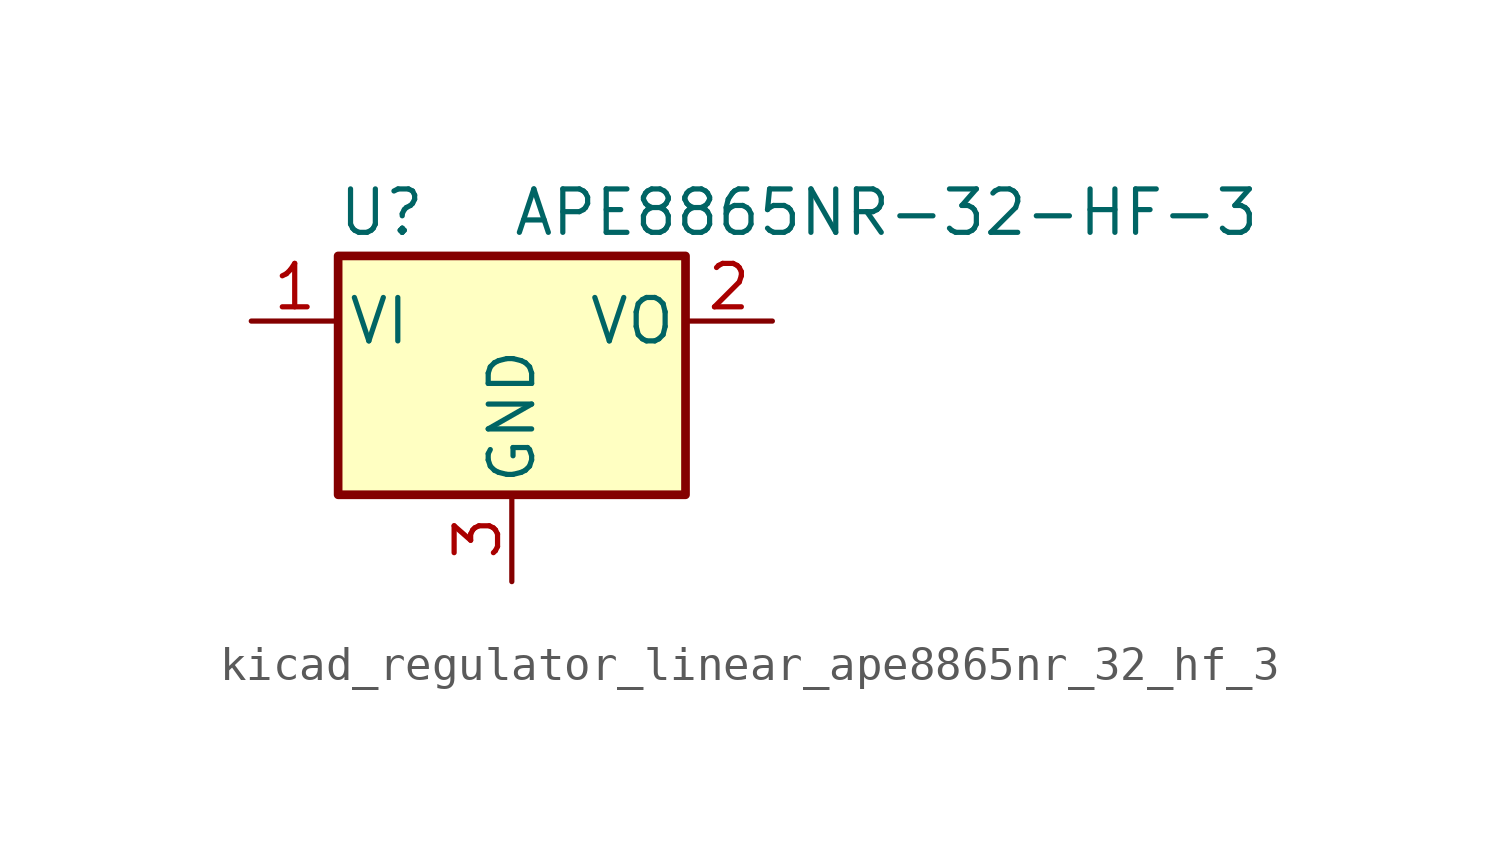
<source format=kicad_sym>
(kicad_symbol_lib
  (version 20220914)
  (generator kicad_symbol_editor)
  (symbol "kicad_regulator_linear_ape8865nr_32_hf_3"
    (pin_names
      (offset 0.254))
    (property "Reference" "U"
      (at -3.81 3.175 0)
      (effects (font (size 1.27 1.27))))
    (property "Value" "APE8865NR-32-HF-3"
      (at 0 3.175 0)
      (effects (font (size 1.27 1.27)) (justify left)))
    (symbol "kicad_regulator_linear_ape8865nr_32_hf_3_0_1"
      (rectangle (start -5.08 1.905) (end 5.08 -5.08) (stroke (width 0.254) (type default)) (fill (type background))))
    (symbol "kicad_regulator_linear_ape8865nr_32_hf_3_1_1"
      (pin power_in line (at -7.62 0 0) (length 2.54) (name "VI" (effects (font (size 1.27 1.27)))) (number "1" (effects (font (size 1.27 1.27)))))
      (pin power_out line (at 7.62 0 180) (length 2.54) (name "VO" (effects (font (size 1.27 1.27)))) (number "2" (effects (font (size 1.27 1.27)))))
      (pin power_in line (at 0 -7.62 90) (length 2.54) (name "GND" (effects (font (size 1.27 1.27)))) (number "3" (effects (font (size 1.27 1.27))))))))
</source>
